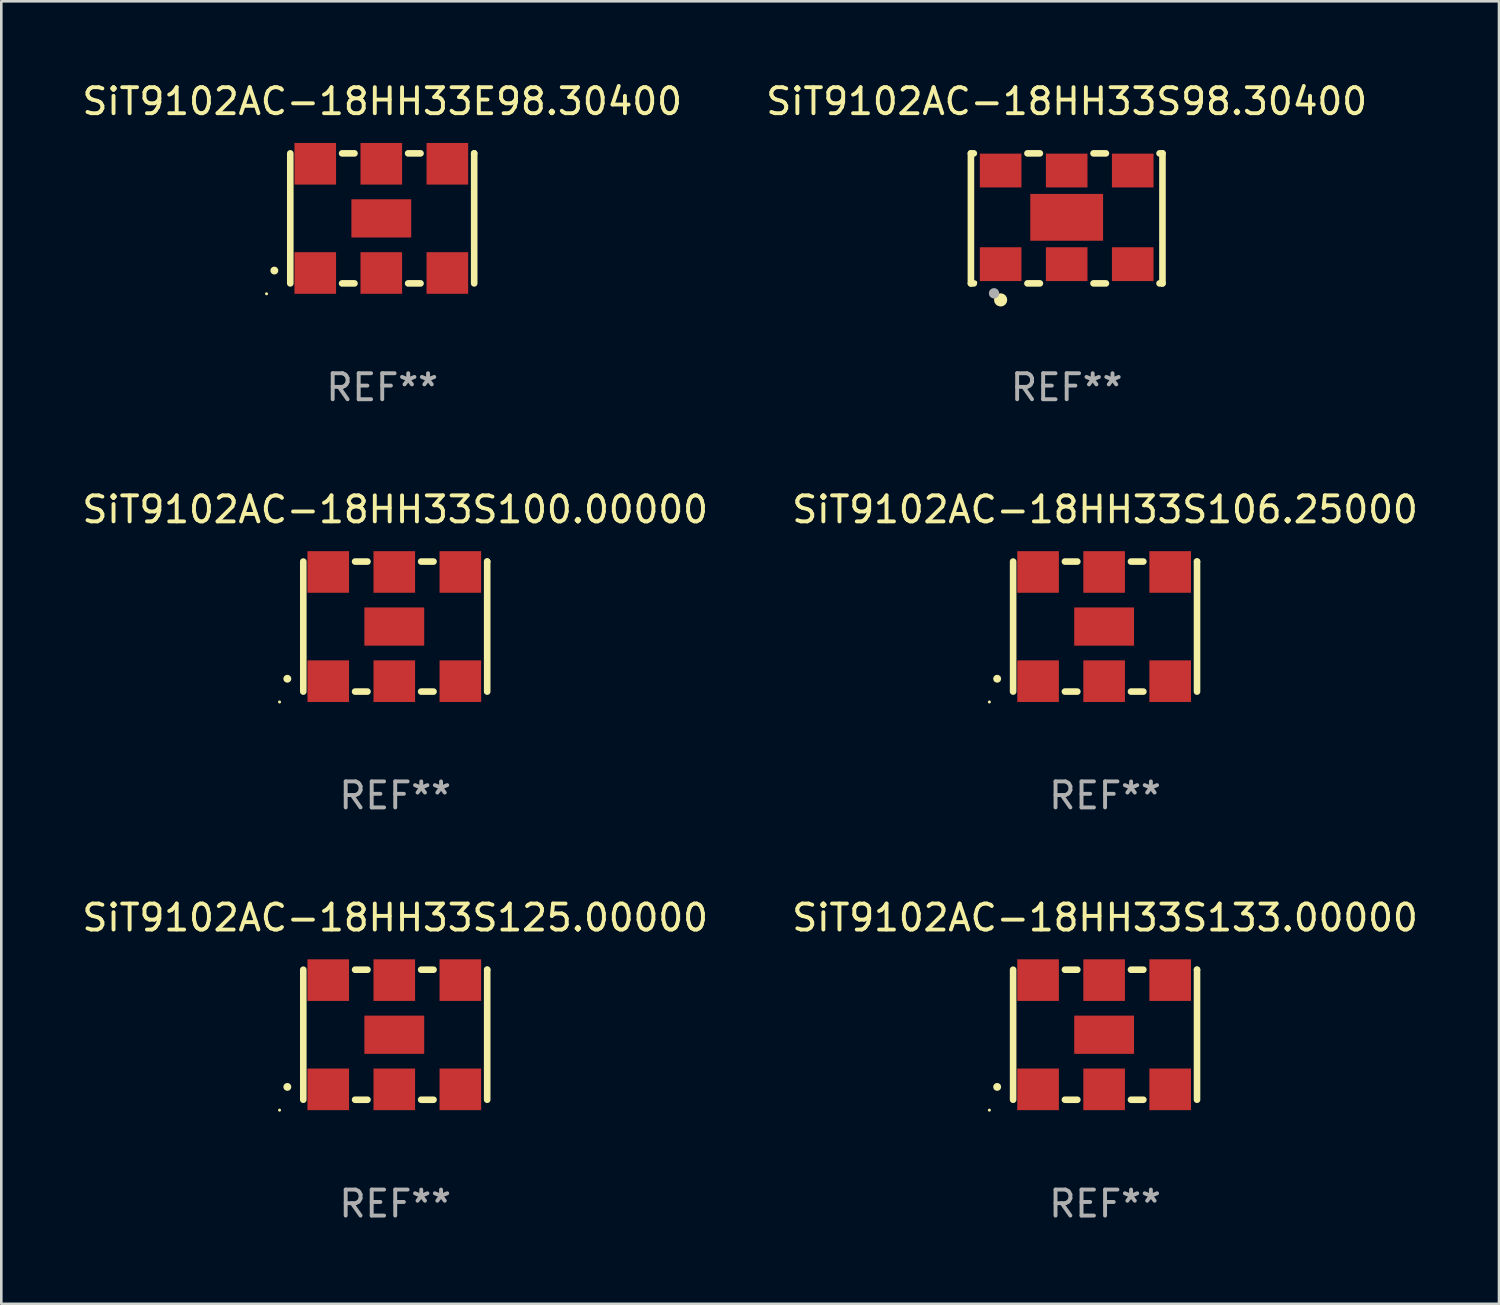
<source format=kicad_pcb>
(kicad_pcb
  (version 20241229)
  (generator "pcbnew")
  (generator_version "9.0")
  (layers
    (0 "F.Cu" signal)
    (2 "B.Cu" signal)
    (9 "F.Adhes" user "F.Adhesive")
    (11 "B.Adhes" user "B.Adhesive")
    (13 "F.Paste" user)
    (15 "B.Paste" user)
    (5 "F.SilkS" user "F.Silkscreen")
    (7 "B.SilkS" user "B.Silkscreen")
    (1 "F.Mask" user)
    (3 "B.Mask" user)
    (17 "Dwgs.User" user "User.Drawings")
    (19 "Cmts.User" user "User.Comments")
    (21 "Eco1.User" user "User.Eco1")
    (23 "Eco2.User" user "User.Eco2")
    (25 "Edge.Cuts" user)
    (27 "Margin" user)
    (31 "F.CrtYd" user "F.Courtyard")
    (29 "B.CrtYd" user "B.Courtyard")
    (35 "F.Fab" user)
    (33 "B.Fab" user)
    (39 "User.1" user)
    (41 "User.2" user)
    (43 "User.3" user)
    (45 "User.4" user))
  (footprint "SiT9102AC-18HH33S125.00000"
    (layer "F.Cu")
    (at 12.149 36.741)
    (property "Reference" "SiT9102AC-18HH33S125.00000" (at 0 -4.5 0) (layer "F.SilkS") (effects (font (size 1 1) (thickness 0.15))))
    (attr through_hole)
    (fp_line (start -3.536 -2.5) (end -3.536 2.5) (stroke (width 0.254) (type solid)) (layer "F.SilkS"))
    (fp_line (start -1.544 2.5) (end -1.067 2.5) (stroke (width 0.254) (type solid)) (layer "F.SilkS"))
    (fp_line (start -1.067 -2.5) (end -1.544 -2.5) (stroke (width 0.254) (type solid)) (layer "F.SilkS"))
    (fp_line (start 0.996 2.5) (end 1.473 2.5) (stroke (width 0.254) (type solid)) (layer "F.SilkS"))
    (fp_line (start 1.473 -2.5) (end 0.996 -2.5) (stroke (width 0.254) (type solid)) (layer "F.SilkS"))
    (fp_line (start 3.536 -2.5) (end 3.536 -2.5) (stroke (width 0.254) (type solid)) (layer "F.SilkS"))
    (fp_line (start 3.536 2.5) (end 3.536 -2.5) (stroke (width 0.254) (type solid)) (layer "F.SilkS"))
    (fp_arc (start -4.150432 2.006604) (mid -4.149162 2.006599) (end -4.147892 2.006604) (stroke (width 0.3) (type solid)) (layer "F.SilkS"))
    (fp_circle (center -4.449 2.9) (end -4.419 2.9) (stroke (width 0.06) (type solid)) (fill no) (layer "F.SilkS"))
    (fp_text user "REF**" (at 0 6.5 0) (layer "F.Fab") (effects (font (size 1 1) (thickness 0.15))))
    (pad "1" smd rect (at -2.576 2.1) (size 1.6 1.6) (layers "F.Cu" "F.Mask" "F.Paste"))
    (pad "2" smd rect (at -0.036 2.1) (size 1.6 1.6) (layers "F.Cu" "F.Mask" "F.Paste"))
    (pad "3" smd rect (at 2.504 2.1) (size 1.6 1.6) (layers "F.Cu" "F.Mask" "F.Paste"))
    (pad "4" smd rect (at 2.504 -2.1) (size 1.6 1.6) (layers "F.Cu" "F.Mask" "F.Paste"))
    (pad "5" smd rect (at -0.036 -2.1) (size 1.6 1.6) (layers "F.Cu" "F.Mask" "F.Paste"))
    (pad "6" smd rect (at -2.576 -2.1) (size 1.6 1.6) (layers "F.Cu" "F.Mask" "F.Paste"))
    (pad "7" smd rect (at -0.036 0) (size 2.3 1.47) (layers "F.Cu" "F.Mask" "F.Paste")))
  (footprint "SiT9102AC-18HH33E98.30400"
    (layer "F.Cu")
    (at 11.649 5.348)
    (property "Reference" "SiT9102AC-18HH33E98.30400" (at 0 -4.5 0) (layer "F.SilkS") (effects (font (size 1 1) (thickness 0.15))))
    (attr through_hole)
    (fp_line (start -3.536 -2.5) (end -3.536 2.5) (stroke (width 0.254) (type solid)) (layer "F.SilkS"))
    (fp_line (start -1.544 2.5) (end -1.067 2.5) (stroke (width 0.254) (type solid)) (layer "F.SilkS"))
    (fp_line (start -1.067 -2.5) (end -1.544 -2.5) (stroke (width 0.254) (type solid)) (layer "F.SilkS"))
    (fp_line (start 0.996 2.5) (end 1.473 2.5) (stroke (width 0.254) (type solid)) (layer "F.SilkS"))
    (fp_line (start 1.473 -2.5) (end 0.996 -2.5) (stroke (width 0.254) (type solid)) (layer "F.SilkS"))
    (fp_line (start 3.536 -2.5) (end 3.536 -2.5) (stroke (width 0.254) (type solid)) (layer "F.SilkS"))
    (fp_line (start 3.536 2.5) (end 3.536 -2.5) (stroke (width 0.254) (type solid)) (layer "F.SilkS"))
    (fp_arc (start -4.150432 2.006604) (mid -4.149162 2.006599) (end -4.147892 2.006604) (stroke (width 0.3) (type solid)) (layer "F.SilkS"))
    (fp_circle (center -4.449 2.9) (end -4.419 2.9) (stroke (width 0.06) (type solid)) (fill no) (layer "F.SilkS"))
    (fp_text user "REF**" (at 0 6.5 0) (layer "F.Fab") (effects (font (size 1 1) (thickness 0.15))))
    (pad "1" smd rect (at -2.576 2.1) (size 1.6 1.6) (layers "F.Cu" "F.Mask" "F.Paste"))
    (pad "2" smd rect (at -0.036 2.1) (size 1.6 1.6) (layers "F.Cu" "F.Mask" "F.Paste"))
    (pad "3" smd rect (at 2.504 2.1) (size 1.6 1.6) (layers "F.Cu" "F.Mask" "F.Paste"))
    (pad "4" smd rect (at 2.504 -2.1) (size 1.6 1.6) (layers "F.Cu" "F.Mask" "F.Paste"))
    (pad "5" smd rect (at -0.036 -2.1) (size 1.6 1.6) (layers "F.Cu" "F.Mask" "F.Paste"))
    (pad "6" smd rect (at -2.576 -2.1) (size 1.6 1.6) (layers "F.Cu" "F.Mask" "F.Paste"))
    (pad "7" smd rect (at -0.036 0) (size 2.3 1.47) (layers "F.Cu" "F.Mask" "F.Paste")))
  (footprint "SiT9102AC-18HH33S100.00000"
    (layer "F.Cu")
    (at 12.149 21.045)
    (property "Reference" "SiT9102AC-18HH33S100.00000" (at 0 -4.5 0) (layer "F.SilkS") (effects (font (size 1 1) (thickness 0.15))))
    (attr through_hole)
    (fp_line (start -3.536 -2.5) (end -3.536 2.5) (stroke (width 0.254) (type solid)) (layer "F.SilkS"))
    (fp_line (start -1.544 2.5) (end -1.067 2.5) (stroke (width 0.254) (type solid)) (layer "F.SilkS"))
    (fp_line (start -1.067 -2.5) (end -1.544 -2.5) (stroke (width 0.254) (type solid)) (layer "F.SilkS"))
    (fp_line (start 0.996 2.5) (end 1.473 2.5) (stroke (width 0.254) (type solid)) (layer "F.SilkS"))
    (fp_line (start 1.473 -2.5) (end 0.996 -2.5) (stroke (width 0.254) (type solid)) (layer "F.SilkS"))
    (fp_line (start 3.536 -2.5) (end 3.536 -2.5) (stroke (width 0.254) (type solid)) (layer "F.SilkS"))
    (fp_line (start 3.536 2.5) (end 3.536 -2.5) (stroke (width 0.254) (type solid)) (layer "F.SilkS"))
    (fp_arc (start -4.150432 2.006604) (mid -4.149162 2.006599) (end -4.147892 2.006604) (stroke (width 0.3) (type solid)) (layer "F.SilkS"))
    (fp_circle (center -4.449 2.9) (end -4.419 2.9) (stroke (width 0.06) (type solid)) (fill no) (layer "F.SilkS"))
    (fp_text user "REF**" (at 0 6.5 0) (layer "F.Fab") (effects (font (size 1 1) (thickness 0.15))))
    (pad "1" smd rect (at -2.576 2.1) (size 1.6 1.6) (layers "F.Cu" "F.Mask" "F.Paste"))
    (pad "2" smd rect (at -0.036 2.1) (size 1.6 1.6) (layers "F.Cu" "F.Mask" "F.Paste"))
    (pad "3" smd rect (at 2.504 2.1) (size 1.6 1.6) (layers "F.Cu" "F.Mask" "F.Paste"))
    (pad "4" smd rect (at 2.504 -2.1) (size 1.6 1.6) (layers "F.Cu" "F.Mask" "F.Paste"))
    (pad "5" smd rect (at -0.036 -2.1) (size 1.6 1.6) (layers "F.Cu" "F.Mask" "F.Paste"))
    (pad "6" smd rect (at -2.576 -2.1) (size 1.6 1.6) (layers "F.Cu" "F.Mask" "F.Paste"))
    (pad "7" smd rect (at -0.036 0) (size 2.3 1.47) (layers "F.Cu" "F.Mask" "F.Paste")))
  (footprint "SiT9102AC-18HH33S98.30400"
    (layer "F.Cu")
    (at 37.97 5.348)
    (property "Reference" "SiT9102AC-18HH33S98.30400" (at 0 -4.5 0) (layer "F.SilkS") (effects (font (size 1 1) (thickness 0.15))))
    (attr through_hole)
    (fp_line (start -3.683 -2.5) (end -3.571 -2.5) (stroke (width 0.254) (type solid)) (layer "F.SilkS"))
    (fp_line (start -3.683 2.5) (end -3.683 -2.5) (stroke (width 0.254) (type solid)) (layer "F.SilkS"))
    (fp_line (start -3.683 2.5) (end -3.571 2.5) (stroke (width 0.254) (type solid)) (layer "F.SilkS"))
    (fp_line (start -1.509 -2.5) (end -1.031 -2.5) (stroke (width 0.254) (type solid)) (layer "F.SilkS"))
    (fp_line (start -1.509 2.5) (end -1.031 2.5) (stroke (width 0.254) (type solid)) (layer "F.SilkS"))
    (fp_line (start 1.031 -2.5) (end 1.509 -2.5) (stroke (width 0.254) (type solid)) (layer "F.SilkS"))
    (fp_line (start 1.031 2.5) (end 1.509 2.5) (stroke (width 0.254) (type solid)) (layer "F.SilkS"))
    (fp_line (start 3.571 -2.5) (end 3.683 -2.5) (stroke (width 0.254) (type solid)) (layer "F.SilkS"))
    (fp_line (start 3.571 2.5) (end 3.683 2.5) (stroke (width 0.254) (type solid)) (layer "F.SilkS"))
    (fp_line (start 3.683 2.5) (end 3.683 -2.5) (stroke (width 0.254) (type solid)) (layer "F.SilkS"))
    (fp_circle (center -3.5 2.46) (end -3.47 2.46) (stroke (width 0.06) (type solid)) (fill no) (layer "F.SilkS"))
    (fp_circle (center -2.54 3.135) (end -2.413 3.135) (stroke (width 0.254) (type solid)) (fill no) (layer "F.SilkS"))
    (fp_circle (center -2.794 2.881) (end -2.694 2.881) (stroke (width 0.2) (type solid)) (fill no) (layer "F.Fab"))
    (fp_text user "REF**" (at 0 6.5 0) (layer "F.Fab") (effects (font (size 1 1) (thickness 0.15))))
    (pad "1" smd rect (at -2.54 1.76) (size 1.6 1.3) (layers "F.Cu" "F.Mask" "F.Paste"))
    (pad "2" smd rect (at 0 1.76) (size 1.6 1.3) (layers "F.Cu" "F.Mask" "F.Paste"))
    (pad "3" smd rect (at 2.54 1.76) (size 1.6 1.3) (layers "F.Cu" "F.Mask" "F.Paste"))
    (pad "4" smd rect (at 2.54 -1.84) (size 1.6 1.3) (layers "F.Cu" "F.Mask" "F.Paste"))
    (pad "5" smd rect (at 0 -1.84) (size 1.6 1.3) (layers "F.Cu" "F.Mask" "F.Paste"))
    (pad "6" smd rect (at -2.54 -1.84) (size 1.6 1.3) (layers "F.Cu" "F.Mask" "F.Paste"))
    (pad "7" smd rect (at 0 -0.04) (size 2.8 1.8) (layers "F.Cu" "F.Mask" "F.Paste")))
  (footprint "SiT9102AC-18HH33S133.00000"
    (layer "F.Cu")
    (at 39.446 36.741)
    (property "Reference" "SiT9102AC-18HH33S133.00000" (at 0 -4.5 0) (layer "F.SilkS") (effects (font (size 1 1) (thickness 0.15))))
    (attr through_hole)
    (fp_line (start -3.536 -2.5) (end -3.536 2.5) (stroke (width 0.254) (type solid)) (layer "F.SilkS"))
    (fp_line (start -1.544 2.5) (end -1.067 2.5) (stroke (width 0.254) (type solid)) (layer "F.SilkS"))
    (fp_line (start -1.067 -2.5) (end -1.544 -2.5) (stroke (width 0.254) (type solid)) (layer "F.SilkS"))
    (fp_line (start 0.996 2.5) (end 1.473 2.5) (stroke (width 0.254) (type solid)) (layer "F.SilkS"))
    (fp_line (start 1.473 -2.5) (end 0.996 -2.5) (stroke (width 0.254) (type solid)) (layer "F.SilkS"))
    (fp_line (start 3.536 -2.5) (end 3.536 -2.5) (stroke (width 0.254) (type solid)) (layer "F.SilkS"))
    (fp_line (start 3.536 2.5) (end 3.536 -2.5) (stroke (width 0.254) (type solid)) (layer "F.SilkS"))
    (fp_arc (start -4.150432 2.006604) (mid -4.149162 2.006599) (end -4.147892 2.006604) (stroke (width 0.3) (type solid)) (layer "F.SilkS"))
    (fp_circle (center -4.449 2.9) (end -4.419 2.9) (stroke (width 0.06) (type solid)) (fill no) (layer "F.SilkS"))
    (fp_text user "REF**" (at 0 6.5 0) (layer "F.Fab") (effects (font (size 1 1) (thickness 0.15))))
    (pad "1" smd rect (at -2.576 2.1) (size 1.6 1.6) (layers "F.Cu" "F.Mask" "F.Paste"))
    (pad "2" smd rect (at -0.036 2.1) (size 1.6 1.6) (layers "F.Cu" "F.Mask" "F.Paste"))
    (pad "3" smd rect (at 2.504 2.1) (size 1.6 1.6) (layers "F.Cu" "F.Mask" "F.Paste"))
    (pad "4" smd rect (at 2.504 -2.1) (size 1.6 1.6) (layers "F.Cu" "F.Mask" "F.Paste"))
    (pad "5" smd rect (at -0.036 -2.1) (size 1.6 1.6) (layers "F.Cu" "F.Mask" "F.Paste"))
    (pad "6" smd rect (at -2.576 -2.1) (size 1.6 1.6) (layers "F.Cu" "F.Mask" "F.Paste"))
    (pad "7" smd rect (at -0.036 0) (size 2.3 1.47) (layers "F.Cu" "F.Mask" "F.Paste")))
  (footprint "SiT9102AC-18HH33S106.25000"
    (layer "F.Cu")
    (at 39.446 21.045)
    (property "Reference" "SiT9102AC-18HH33S106.25000" (at 0 -4.5 0) (layer "F.SilkS") (effects (font (size 1 1) (thickness 0.15))))
    (attr through_hole)
    (fp_line (start -3.536 -2.5) (end -3.536 2.5) (stroke (width 0.254) (type solid)) (layer "F.SilkS"))
    (fp_line (start -1.544 2.5) (end -1.067 2.5) (stroke (width 0.254) (type solid)) (layer "F.SilkS"))
    (fp_line (start -1.067 -2.5) (end -1.544 -2.5) (stroke (width 0.254) (type solid)) (layer "F.SilkS"))
    (fp_line (start 0.996 2.5) (end 1.473 2.5) (stroke (width 0.254) (type solid)) (layer "F.SilkS"))
    (fp_line (start 1.473 -2.5) (end 0.996 -2.5) (stroke (width 0.254) (type solid)) (layer "F.SilkS"))
    (fp_line (start 3.536 -2.5) (end 3.536 -2.5) (stroke (width 0.254) (type solid)) (layer "F.SilkS"))
    (fp_line (start 3.536 2.5) (end 3.536 -2.5) (stroke (width 0.254) (type solid)) (layer "F.SilkS"))
    (fp_arc (start -4.150432 2.006604) (mid -4.149162 2.006599) (end -4.147892 2.006604) (stroke (width 0.3) (type solid)) (layer "F.SilkS"))
    (fp_circle (center -4.449 2.9) (end -4.419 2.9) (stroke (width 0.06) (type solid)) (fill no) (layer "F.SilkS"))
    (fp_text user "REF**" (at 0 6.5 0) (layer "F.Fab") (effects (font (size 1 1) (thickness 0.15))))
    (pad "1" smd rect (at -2.576 2.1) (size 1.6 1.6) (layers "F.Cu" "F.Mask" "F.Paste"))
    (pad "2" smd rect (at -0.036 2.1) (size 1.6 1.6) (layers "F.Cu" "F.Mask" "F.Paste"))
    (pad "3" smd rect (at 2.504 2.1) (size 1.6 1.6) (layers "F.Cu" "F.Mask" "F.Paste"))
    (pad "4" smd rect (at 2.504 -2.1) (size 1.6 1.6) (layers "F.Cu" "F.Mask" "F.Paste"))
    (pad "5" smd rect (at -0.036 -2.1) (size 1.6 1.6) (layers "F.Cu" "F.Mask" "F.Paste"))
    (pad "6" smd rect (at -2.576 -2.1) (size 1.6 1.6) (layers "F.Cu" "F.Mask" "F.Paste"))
    (pad "7" smd rect (at -0.036 0) (size 2.3 1.47) (layers "F.Cu" "F.Mask" "F.Paste")))
  (gr_rect
    (start -3 -3)
    (end 54.595 47.09)
    (stroke (width 0.1) (type default))
    (fill no)
    (layer "Edge.Cuts")))
</source>
